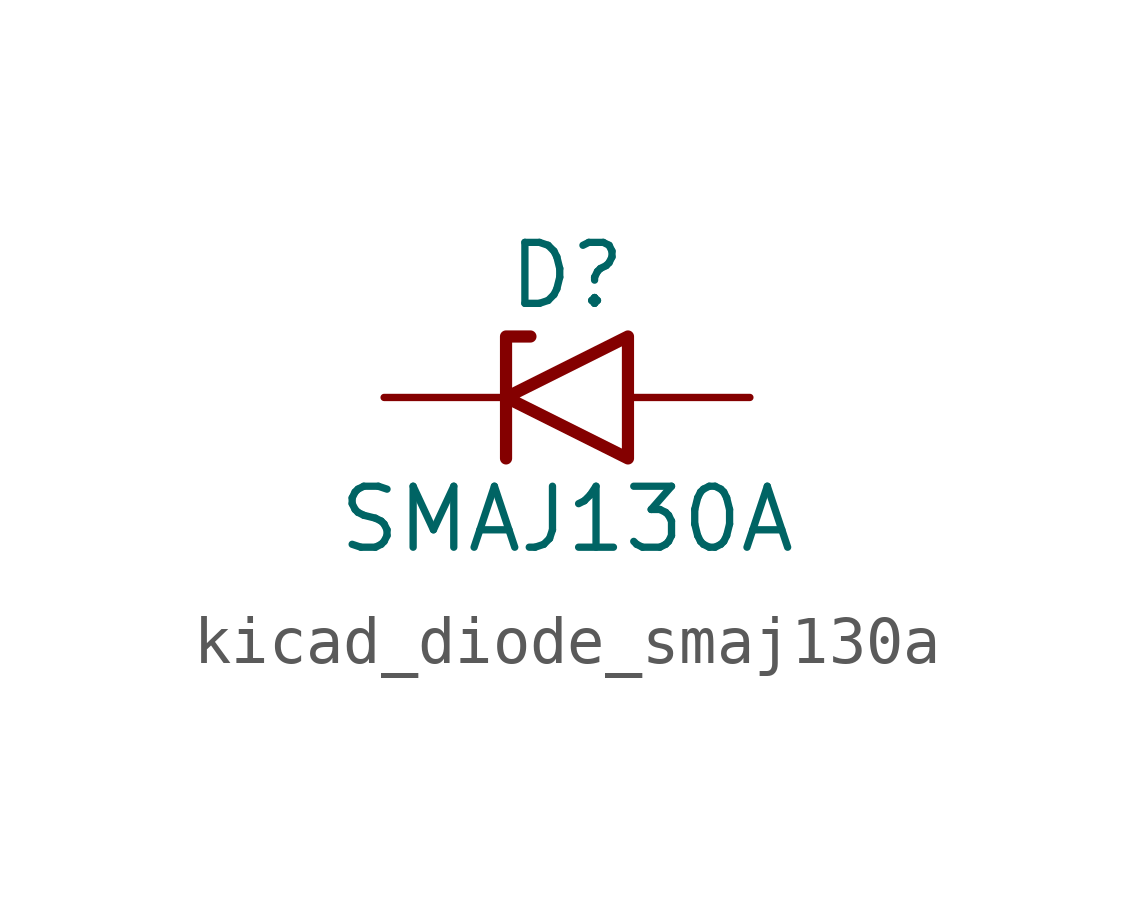
<source format=kicad_sym>
(kicad_symbol_lib
  (version 20220914)
  (generator kicad_symbol_editor)
  (symbol "kicad_diode_smaj130a"
    (pin_numbers hide)
    (pin_names
      (offset 1.016) hide)
    (property "Reference" "D"
      (at 0 2.54 0)
      (effects (font (size 1.27 1.27))))
    (property "Value" "SMAJ130A"
      (at 0 -2.54 0)
      (effects (font (size 1.27 1.27))))
    (symbol "kicad_diode_smaj130a_0_1"
      (polyline (pts (xy -0.762 1.27) (xy -1.27 1.27) (xy -1.27 -1.27)) (stroke (width 0.254) (type default)) (fill (type none)))
      (polyline (pts (xy 1.27 1.27) (xy 1.27 -1.27) (xy -1.27 0) (xy 1.27 1.27)) (stroke (width 0.254) (type default)) (fill (type none))))
    (symbol "kicad_diode_smaj130a_1_1"
      (pin passive line (at -3.81 0 0) (length 2.54) (name "A1" (effects (font (size 1.27 1.27)))) (number "1" (effects (font (size 1.27 1.27)))))
      (pin passive line (at 3.81 0 180) (length 2.54) (name "A2" (effects (font (size 1.27 1.27)))) (number "2" (effects (font (size 1.27 1.27))))))))
</source>
